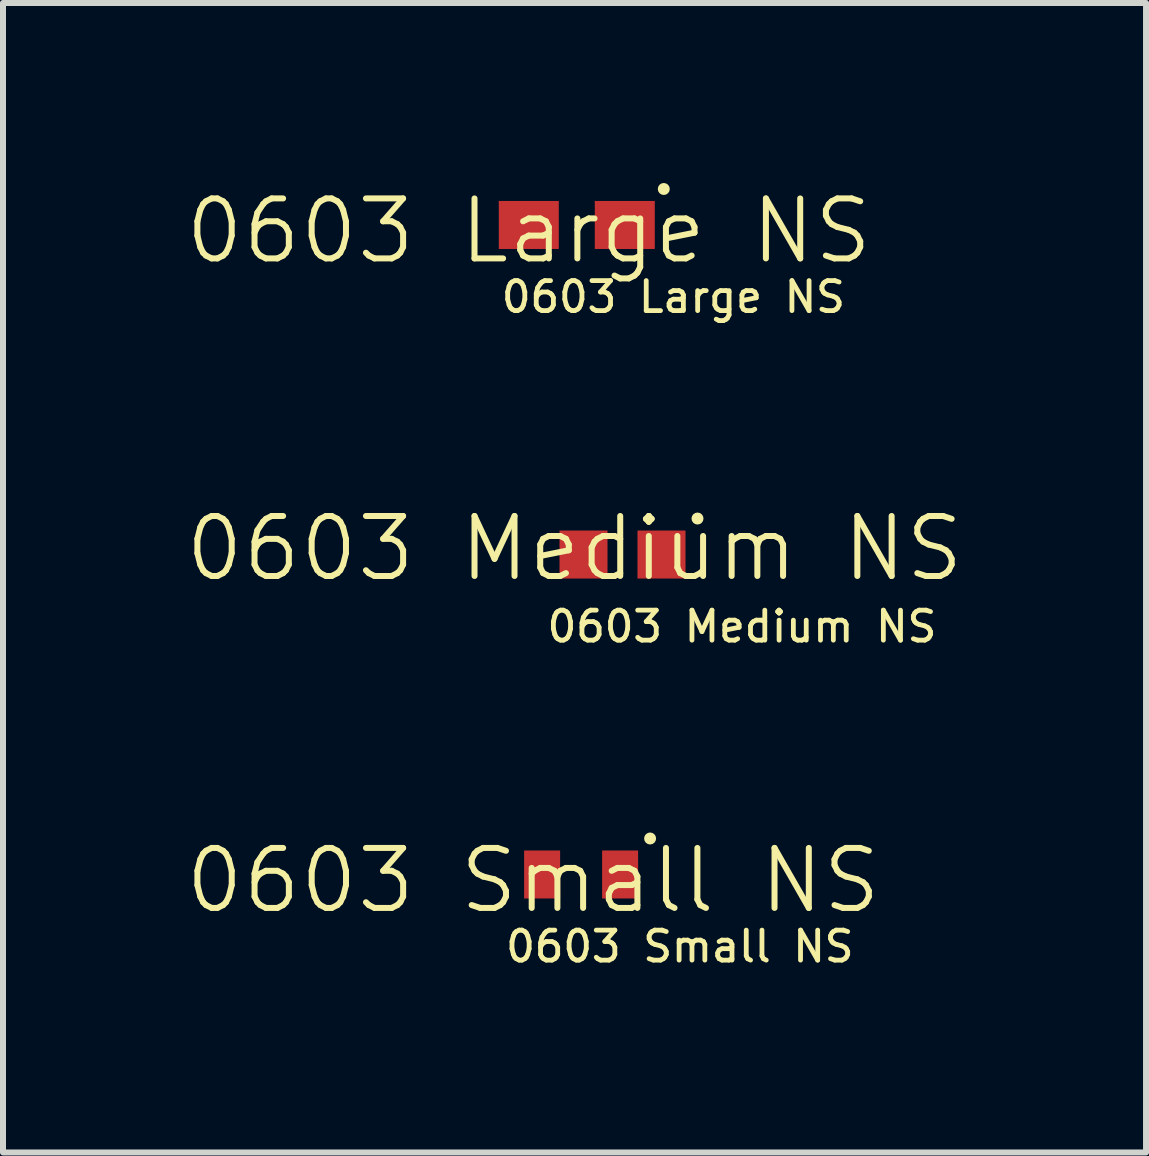
<source format=kicad_pcb>
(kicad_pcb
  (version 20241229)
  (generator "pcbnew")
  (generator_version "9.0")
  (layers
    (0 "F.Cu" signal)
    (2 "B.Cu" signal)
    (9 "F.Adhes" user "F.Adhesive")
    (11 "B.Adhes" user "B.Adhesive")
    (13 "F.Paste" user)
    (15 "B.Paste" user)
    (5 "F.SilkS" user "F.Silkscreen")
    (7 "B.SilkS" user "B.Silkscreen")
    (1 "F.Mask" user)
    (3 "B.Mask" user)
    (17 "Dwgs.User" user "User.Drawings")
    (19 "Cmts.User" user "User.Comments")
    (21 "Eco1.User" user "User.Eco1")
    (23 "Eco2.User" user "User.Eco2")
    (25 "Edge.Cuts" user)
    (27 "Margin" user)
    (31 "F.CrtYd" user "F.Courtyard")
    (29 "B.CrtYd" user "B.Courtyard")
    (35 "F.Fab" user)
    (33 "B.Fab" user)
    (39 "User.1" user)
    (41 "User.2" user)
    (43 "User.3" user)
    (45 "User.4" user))
  (footprint "0603 Large NS"
    (layer "F.Cu")
    (at 5.764 1.1)
    (property "Reference" "0603 Large NS" (at 0 -0.3 0) (unlocked yes) (layer "F.SilkS") (effects (font (size 1 1) (thickness 0.1))))
    (attr smd)
    (fp_circle (center 2.25 -1) (end 2.3 -1) (stroke (width 0.1) (type default)) (fill no) (layer "F.SilkS"))
    (fp_text user "${REFERENCE}" (at -0.5 0.8 0) (unlocked yes) (layer "F.SilkS") (effects (font (size 0.5 0.5) (thickness 0.08)) (justify left)))
    (pad "1" smd rect (at 0 -0.4) (size 1 0.8) (layers "F.Cu" "F.Mask" "F.Paste"))
    (pad "2" smd rect (at 1.6 -0.4) (size 1 0.8) (layers "F.Cu" "F.Mask" "F.Paste")))
  (footprint "0603 Medium NS"
    (layer "F.Cu")
    (at 6.526 6.593)
    (property "Reference" "0603 Medium NS" (at 0 -0.5 0) (unlocked yes) (layer "F.SilkS") (effects (font (size 1 1) (thickness 0.1))))
    (attr smd)
    (fp_circle (center 2.05 -1) (end 2.1 -1) (stroke (width 0.1) (type default)) (fill no) (layer "F.SilkS"))
    (fp_text user "${REFERENCE}" (at -0.5 0.8 0) (unlocked yes) (layer "F.SilkS") (effects (font (size 0.5 0.5) (thickness 0.08)) (justify left)))
    (pad "1" smd rect (at 0.15 -0.4) (size 0.8 0.8) (layers "F.Cu" "F.Mask" "F.Paste"))
    (pad "2" smd rect (at 1.45 -0.4) (size 0.8 0.8) (layers "F.Cu" "F.Mask" "F.Paste")))
  (footprint "0603 Small NS"
    (layer "F.Cu")
    (at 5.836 11.926)
    (property "Reference" "0603 Small NS" (at 0 -0.3 0) (unlocked yes) (layer "F.SilkS") (effects (font (size 1 1) (thickness 0.1))))
    (attr smd)
    (fp_circle (center 1.95 -1) (end 2 -1) (stroke (width 0.1) (type default)) (fill no) (layer "F.SilkS"))
    (fp_text user "${REFERENCE}" (at -0.5 0.8 0) (unlocked yes) (layer "F.SilkS") (effects (font (size 0.5 0.5) (thickness 0.08)) (justify left)))
    (pad "1" smd rect (at 0.15 -0.4) (size 0.6 0.8) (layers "F.Cu" "F.Mask" "F.Paste"))
    (pad "2" smd rect (at 1.45 -0.4) (size 0.6 0.8) (layers "F.Cu" "F.Mask" "F.Paste")))
  (gr_rect
    (start -3 -3)
    (end 16.052 16.159)
    (stroke (width 0.1) (type default))
    (fill no)
    (layer "Edge.Cuts")))
</source>
